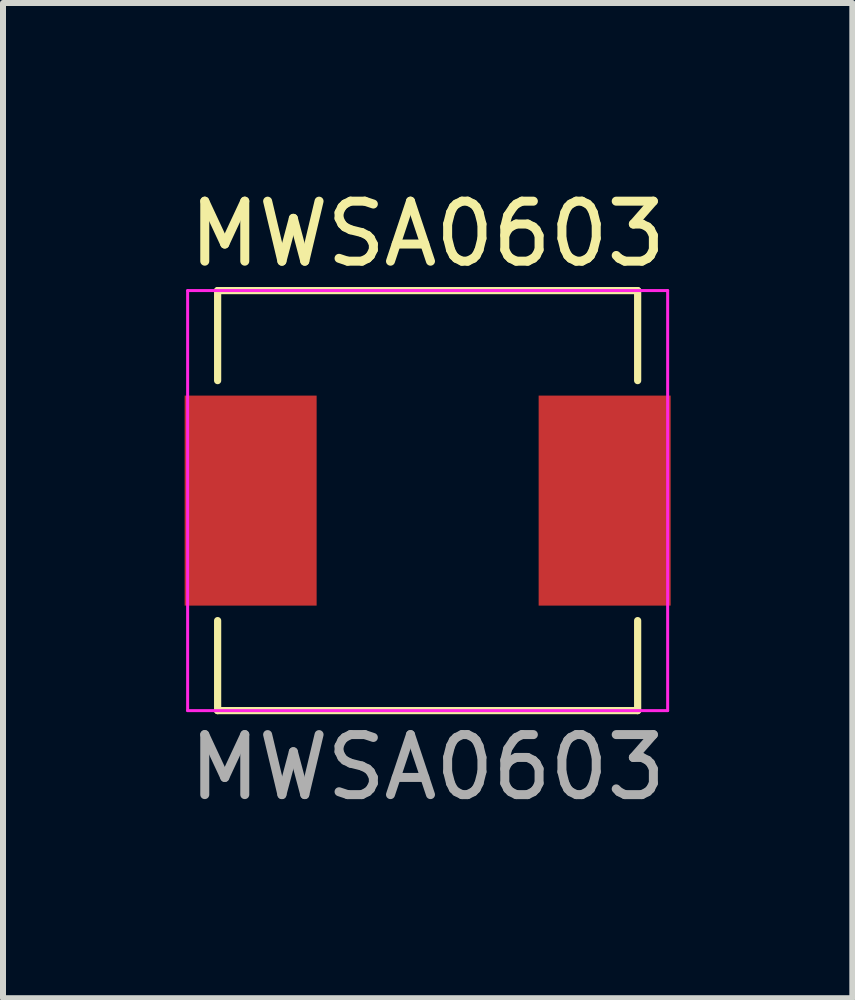
<source format=kicad_pcb>
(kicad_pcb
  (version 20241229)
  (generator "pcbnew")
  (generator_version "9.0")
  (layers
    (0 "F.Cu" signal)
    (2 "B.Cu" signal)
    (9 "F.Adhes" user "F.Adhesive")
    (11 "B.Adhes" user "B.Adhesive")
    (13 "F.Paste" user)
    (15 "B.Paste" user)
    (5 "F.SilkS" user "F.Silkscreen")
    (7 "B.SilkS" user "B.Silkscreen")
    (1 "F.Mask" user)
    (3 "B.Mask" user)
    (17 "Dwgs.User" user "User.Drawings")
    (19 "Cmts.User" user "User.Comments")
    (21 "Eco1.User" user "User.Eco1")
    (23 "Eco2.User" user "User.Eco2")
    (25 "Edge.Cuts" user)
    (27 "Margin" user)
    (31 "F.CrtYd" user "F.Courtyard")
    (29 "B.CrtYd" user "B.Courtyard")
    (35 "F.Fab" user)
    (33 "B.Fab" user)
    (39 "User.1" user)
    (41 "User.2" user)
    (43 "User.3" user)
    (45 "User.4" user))
  (footprint "MWSA0603"
    (layer "F.Cu")
    (at 4.077 5.293)
    (property "Reference" "MWSA0603" (at 0 -4.445 0) (unlocked yes) (layer "F.SilkS") (effects (font (size 1 1) (thickness 0.15))))
    (attr smd)
    (fp_line (start -3.5 -3.5) (end 3.5 -3.5) (stroke (width 0.12) (type solid)) (layer "F.SilkS"))
    (fp_line (start -3.5 -2) (end -3.5 -3.5) (stroke (width 0.12) (type solid)) (layer "F.SilkS"))
    (fp_line (start -3.5 3.5) (end -3.5 2) (stroke (width 0.12) (type solid)) (layer "F.SilkS"))
    (fp_line (start 3.5 -2) (end 3.5 -3.5) (stroke (width 0.12) (type solid)) (layer "F.SilkS"))
    (fp_line (start 3.5 2) (end 3.5 3.5) (stroke (width 0.12) (type solid)) (layer "F.SilkS"))
    (fp_line (start 3.5 3.5) (end -3.5 3.5) (stroke (width 0.12) (type solid)) (layer "F.SilkS"))
    (fp_line (start -4 -3.5) (end -4 3.5) (stroke (width 0.05) (type solid)) (layer "F.CrtYd"))
    (fp_line (start -4 3.5) (end 4 3.5) (stroke (width 0.05) (type solid)) (layer "F.CrtYd"))
    (fp_line (start 4 -3.5) (end -4 -3.5) (stroke (width 0.05) (type solid)) (layer "F.CrtYd"))
    (fp_line (start 4 3.5) (end 4 -3.5) (stroke (width 0.05) (type solid)) (layer "F.CrtYd"))
    (fp_text user "${REFERENCE}" (at 0 4.445 0) (unlocked yes) (layer "F.Fab") (effects (font (size 1 1) (thickness 0.15))))
    (pad "1" smd rect (at -2.95 0) (size 2.2 3.5) (layers "F.Cu" "F.Mask" "F.Paste"))
    (pad "2" smd rect (at 2.95 0) (size 2.2 3.5) (layers "F.Cu" "F.Mask" "F.Paste")))
  (gr_rect
    (start -3 -3)
    (end 11.155 13.586)
    (stroke (width 0.1) (type default))
    (fill no)
    (layer "Edge.Cuts")))
</source>
